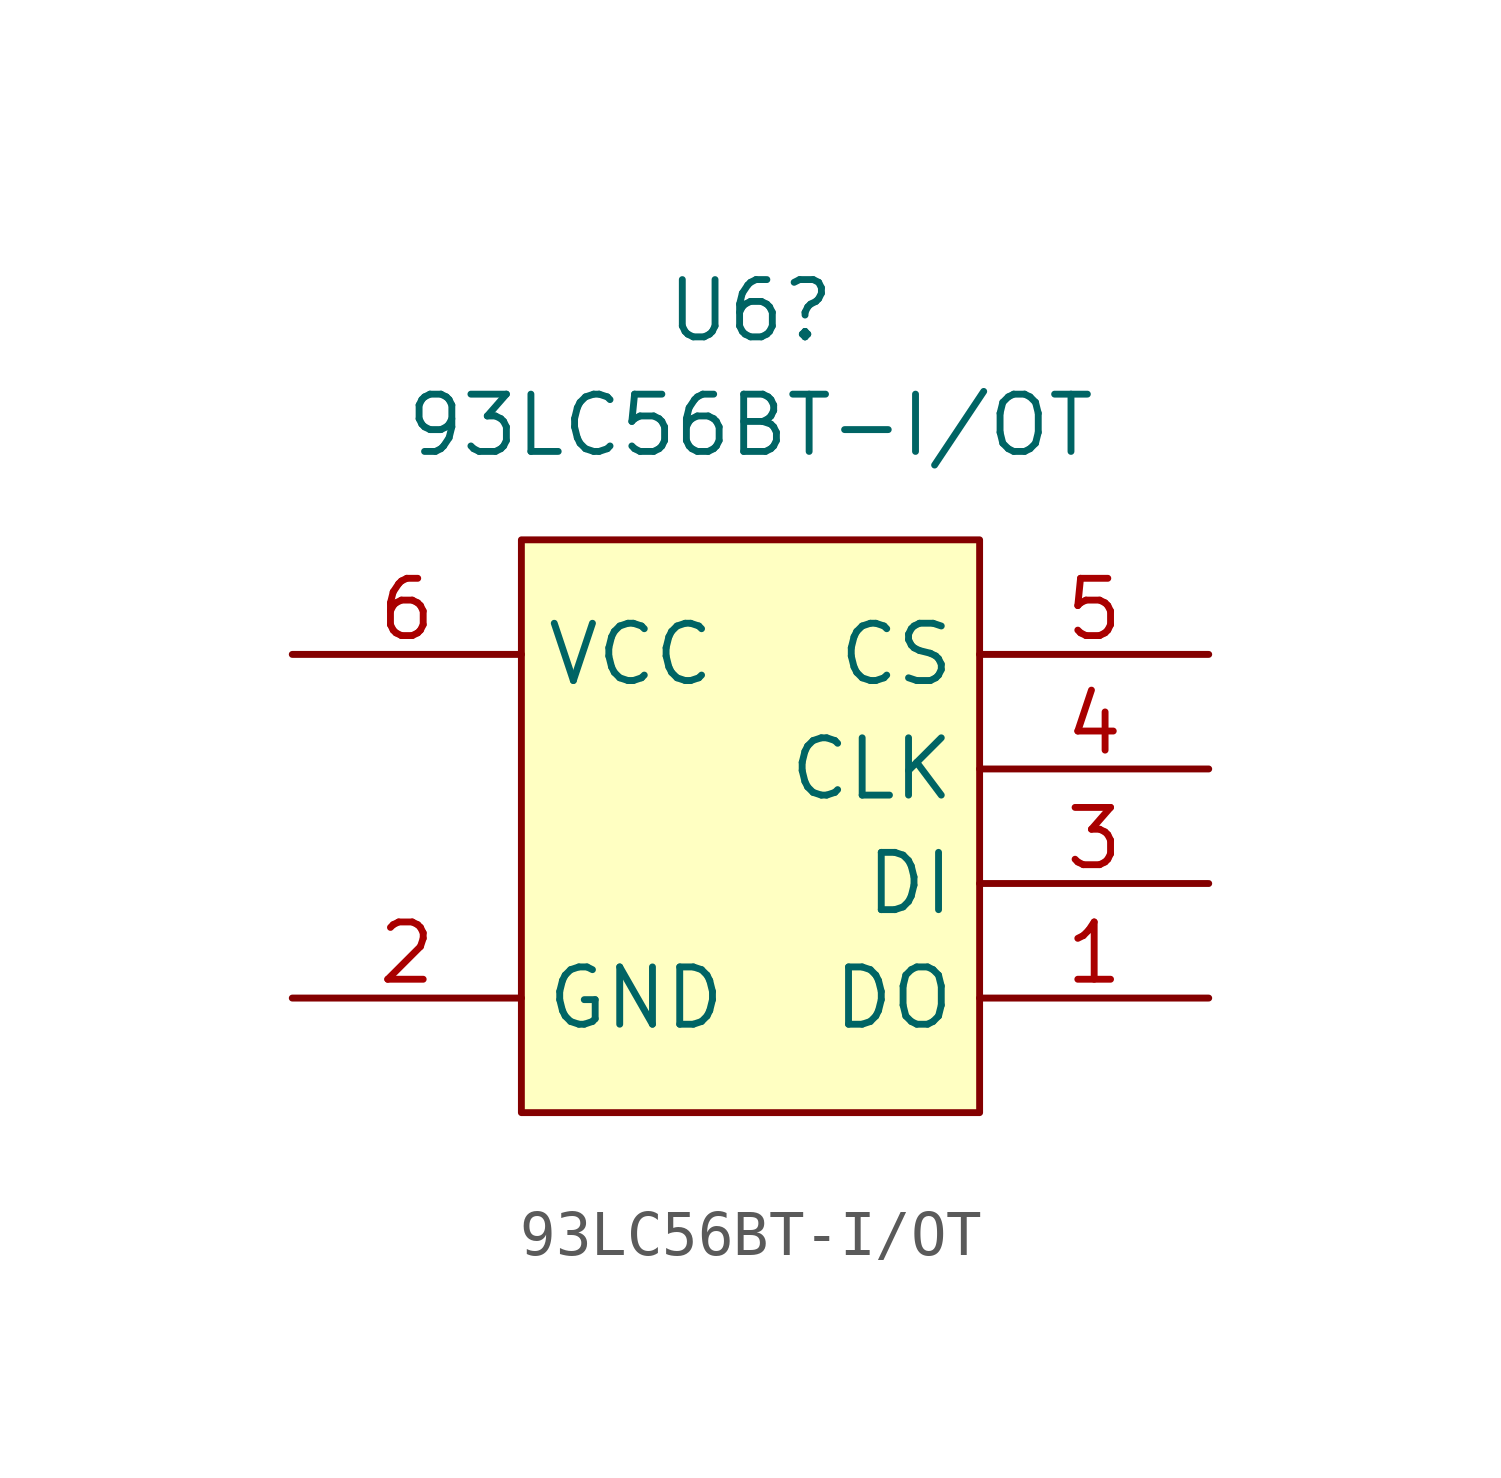
<source format=kicad_sym>
(kicad_symbol_lib
  (version 20241209)
  (generator "kicad_symbol_editor")
  (generator_version "9.0")
  (symbol "93LC56BT-I/OT"
    (property "Reference" "U6"
      (at 5.08 17.78 0)
      (effects (font (size 1.27 1.27))))
    (property "Value" "93LC56BT-I/OT"
      (at 5.08 15.24 0)
      (effects (font (size 1.27 1.27))))
    (symbol "93LC56BT-I/OT_1_1"
      (rectangle (start 0 12.7) (end 10.16 0) (stroke (width 0) (type solid)) (fill (type background)))
      (pin power_in line (at -5.08 10.16 0) (length 5.08) (name "VCC" (effects (font (size 1.27 1.27)))) (number "6" (effects (font (size 1.27 1.27)))))
      (pin power_in line (at -5.08 2.54 0) (length 5.08) (name "GND" (effects (font (size 1.27 1.27)))) (number "2" (effects (font (size 1.27 1.27)))))
      (pin bidirectional line (at 15.24 10.16 180) (length 5.08) (name "CS" (effects (font (size 1.27 1.27)))) (number "5" (effects (font (size 1.27 1.27)))))
      (pin bidirectional line (at 15.24 7.62 180) (length 5.08) (name "CLK" (effects (font (size 1.27 1.27)))) (number "4" (effects (font (size 1.27 1.27)))))
      (pin input line (at 15.24 5.08 180) (length 5.08) (name "DI" (effects (font (size 1.27 1.27)))) (number "3" (effects (font (size 1.27 1.27)))))
      (pin output line (at 15.24 2.54 180) (length 5.08) (name "DO" (effects (font (size 1.27 1.27)))) (number "1" (effects (font (size 1.27 1.27))))))))
</source>
